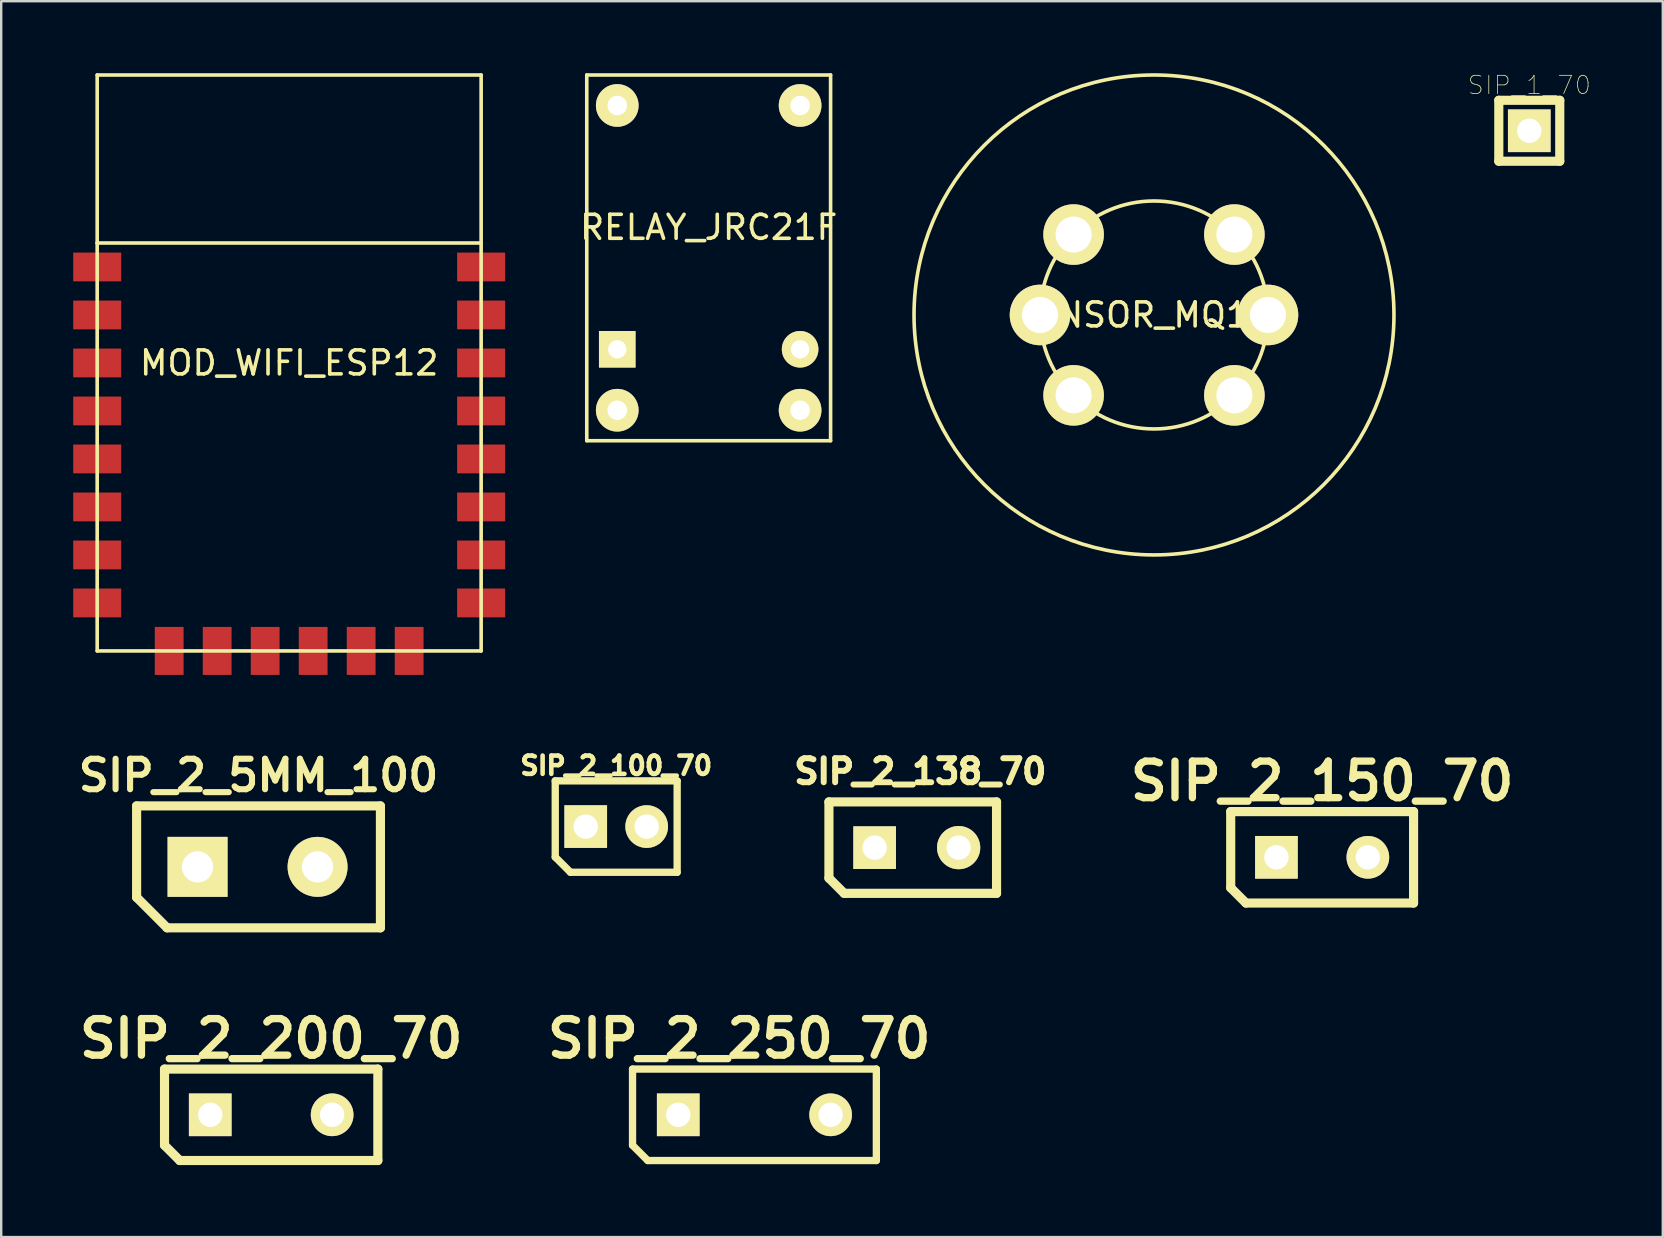
<source format=kicad_pcb>
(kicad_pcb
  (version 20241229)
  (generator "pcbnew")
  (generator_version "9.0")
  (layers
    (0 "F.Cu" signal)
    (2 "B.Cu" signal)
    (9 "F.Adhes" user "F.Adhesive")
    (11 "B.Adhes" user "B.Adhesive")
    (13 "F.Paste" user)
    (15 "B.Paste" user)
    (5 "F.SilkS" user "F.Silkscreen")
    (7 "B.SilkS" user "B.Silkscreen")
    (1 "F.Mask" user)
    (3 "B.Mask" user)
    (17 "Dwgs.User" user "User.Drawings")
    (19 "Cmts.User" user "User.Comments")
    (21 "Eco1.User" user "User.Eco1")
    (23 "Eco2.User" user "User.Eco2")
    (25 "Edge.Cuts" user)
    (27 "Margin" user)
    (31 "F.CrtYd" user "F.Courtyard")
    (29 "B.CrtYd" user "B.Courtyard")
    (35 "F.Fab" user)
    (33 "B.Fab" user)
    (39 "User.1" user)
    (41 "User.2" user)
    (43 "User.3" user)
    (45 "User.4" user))
  (footprint "SIP_1_70"
    (layer "F.Cu")
    (at 60.678 2.399)
    (property "Reference" "SIP_1_70" (at 0 -1.9 0) (layer "F.SilkS") (effects (font (size 0.762 0.762) (thickness 0.03))))
    (attr through_hole)
    (fp_line (start -1.27 -1.27) (end 1.27 -1.27) (stroke (width 0.381) (type solid)) (layer "F.SilkS"))
    (fp_line (start -1.27 1.27) (end -1.27 -1.27) (stroke (width 0.381) (type solid)) (layer "F.SilkS"))
    (fp_line (start -1.27 1.27) (end 1.27 1.27) (stroke (width 0.381) (type solid)) (layer "F.SilkS"))
    (fp_line (start 1.27 -1.27) (end 1.27 1.27) (stroke (width 0.381) (type solid)) (layer "F.SilkS"))
    (pad "1" thru_hole rect (at 0 0) (size 1.778 1.778) (drill 1.016) (layers "*.Cu" "*.Mask" "F.SilkS")))
  (footprint "MOD_WIFI_ESP12"
    (layer "F.Cu")
    (at 1 8.075)
    (property "Reference" "MOD_WIFI_ESP12" (at 8 4 0) (layer "F.SilkS") (effects (font (size 1 1) (thickness 0.15))))
    (attr through_hole)
    (fp_line (start 0 -8) (end 16 -8) (stroke (width 0.15) (type solid)) (layer "F.SilkS"))
    (fp_line (start 0 -1) (end 0 -8) (stroke (width 0.15) (type solid)) (layer "F.SilkS"))
    (fp_line (start 0 -1) (end 16 -1) (stroke (width 0.15) (type solid)) (layer "F.SilkS"))
    (fp_line (start 0 16) (end 0 -1) (stroke (width 0.15) (type solid)) (layer "F.SilkS"))
    (fp_line (start 16 -8) (end 16 -1) (stroke (width 0.15) (type solid)) (layer "F.SilkS"))
    (fp_line (start 16 -1) (end 16 16) (stroke (width 0.15) (type solid)) (layer "F.SilkS"))
    (fp_line (start 16 16) (end 0 16) (stroke (width 0.15) (type solid)) (layer "F.SilkS"))
    (pad "1" smd rect (at 0 0) (size 2 1.2) (layers "F.Cu" "F.Mask" "F.Paste"))
    (pad "2" smd rect (at 0 2) (size 2 1.2) (layers "F.Cu" "F.Mask" "F.Paste"))
    (pad "3" smd rect (at 0 4) (size 2 1.2) (layers "F.Cu" "F.Mask" "F.Paste"))
    (pad "4" smd rect (at 0 6) (size 2 1.2) (layers "F.Cu" "F.Mask" "F.Paste"))
    (pad "5" smd rect (at 0 8) (size 2 1.2) (layers "F.Cu" "F.Mask" "F.Paste"))
    (pad "6" smd rect (at 0 10) (size 2 1.2) (layers "F.Cu" "F.Mask" "F.Paste"))
    (pad "7" smd rect (at 0 12) (size 2 1.2) (layers "F.Cu" "F.Mask" "F.Paste"))
    (pad "8" smd rect (at 0 14) (size 2 1.2) (layers "F.Cu" "F.Mask" "F.Paste"))
    (pad "9" smd rect (at 3 16) (size 1.2 2) (layers "F.Cu" "F.Mask" "F.Paste"))
    (pad "10" smd rect (at 5 16) (size 1.2 2) (layers "F.Cu" "F.Mask" "F.Paste"))
    (pad "11" smd rect (at 7 16) (size 1.2 2) (layers "F.Cu" "F.Mask" "F.Paste"))
    (pad "12" smd rect (at 9 16) (size 1.2 2) (layers "F.Cu" "F.Mask" "F.Paste"))
    (pad "13" smd rect (at 11 16) (size 1.2 2) (layers "F.Cu" "F.Mask" "F.Paste"))
    (pad "14" smd rect (at 13 16) (size 1.2 2) (layers "F.Cu" "F.Mask" "F.Paste"))
    (pad "15" smd rect (at 16 14) (size 2 1.2) (layers "F.Cu" "F.Mask" "F.Paste"))
    (pad "16" smd rect (at 16 12) (size 2 1.2) (layers "F.Cu" "F.Mask" "F.Paste"))
    (pad "17" smd rect (at 16 10) (size 2 1.2) (layers "F.Cu" "F.Mask" "F.Paste"))
    (pad "18" smd rect (at 16 8) (size 2 1.2) (layers "F.Cu" "F.Mask" "F.Paste"))
    (pad "19" smd rect (at 16 6) (size 2 1.2) (layers "F.Cu" "F.Mask" "F.Paste"))
    (pad "20" smd rect (at 16 4) (size 2 1.2) (layers "F.Cu" "F.Mask" "F.Paste"))
    (pad "21" smd rect (at 16 2) (size 2 1.2) (layers "F.Cu" "F.Mask" "F.Paste"))
    (pad "22" smd rect (at 16 0) (size 2 1.2) (layers "F.Cu" "F.Mask" "F.Paste")))
  (footprint "SENSOR_MQ135"
    (layer "F.Cu")
    (at 45.039 10.075)
    (property "Reference" "SENSOR_MQ135" (at 0 0 0) (layer "F.SilkS") (effects (font (size 1 1) (thickness 0.15))))
    (attr through_hole)
    (fp_circle (center 0 0) (end 4.75 0) (stroke (width 0.15) (type solid)) (fill no) (layer "F.SilkS"))
    (fp_circle (center 0 0) (end 10 0) (stroke (width 0.15) (type solid)) (fill no) (layer "F.SilkS"))
    (pad "1" thru_hole circle (at -3.35 -3.35) (size 2.524 2.524) (drill 1.5) (layers "*.Cu" "*.Mask" "F.SilkS"))
    (pad "2" thru_hole circle (at -4.75 0) (size 2.524 2.524) (drill 1.5) (layers "*.Cu" "*.Mask" "F.SilkS"))
    (pad "3" thru_hole circle (at -3.35 3.35) (size 2.524 2.524) (drill 1.5) (layers "*.Cu" "*.Mask" "F.SilkS"))
    (pad "4" thru_hole circle (at 3.35 3.35) (size 2.524 2.524) (drill 1.5) (layers "*.Cu" "*.Mask" "F.SilkS"))
    (pad "5" thru_hole circle (at 4.75 0) (size 2.524 2.524) (drill 1.5) (layers "*.Cu" "*.Mask" "F.SilkS"))
    (pad "6" thru_hole circle (at 3.35 -3.35) (size 2.524 2.524) (drill 1.5) (layers "*.Cu" "*.Mask" "F.SilkS")))
  (footprint "SIP_2_100_70"
    (layer "F.Cu")
    (at 21.358 31.395)
    (property "Reference" "SIP_2_100_70" (at 1.27 -2.54 0) (layer "F.SilkS") (effects (font (size 0.762 0.762) (thickness 0.191))))
    (attr through_hole)
    (fp_line (start -1.27 -1.905) (end -1.27 1.27) (stroke (width 0.305) (type solid)) (layer "F.SilkS"))
    (fp_line (start -1.27 -1.905) (end 3.81 -1.905) (stroke (width 0.305) (type solid)) (layer "F.SilkS"))
    (fp_line (start -1.27 1.27) (end -0.635 1.905) (stroke (width 0.305) (type solid)) (layer "F.SilkS"))
    (fp_line (start -0.635 1.905) (end 3.81 1.905) (stroke (width 0.305) (type solid)) (layer "F.SilkS"))
    (fp_line (start 3.81 1.905) (end 3.81 -1.905) (stroke (width 0.305) (type solid)) (layer "F.SilkS"))
    (pad "1" thru_hole rect (at 0 0) (size 1.778 1.778) (drill 1.016) (layers "*.Cu" "*.Mask" "F.SilkS"))
    (pad "2" thru_hole circle (at 2.54 0) (size 1.778 1.778) (drill 1.016) (layers "*.Cu" "*.Mask" "F.SilkS")))
  (footprint "SIP_2_200_70"
    (layer "F.Cu")
    (at 5.711 43.406)
    (property "Reference" "SIP_2_200_70" (at 2.54 -3.175 0) (layer "F.SilkS") (effects (font (size 1.524 1.524) (thickness 0.305))))
    (attr through_hole)
    (fp_line (start -1.905 -1.905) (end -1.905 1.27) (stroke (width 0.381) (type solid)) (layer "F.SilkS"))
    (fp_line (start -1.905 1.27) (end -1.27 1.905) (stroke (width 0.381) (type solid)) (layer "F.SilkS"))
    (fp_line (start -1.27 1.905) (end 6.985 1.905) (stroke (width 0.381) (type solid)) (layer "F.SilkS"))
    (fp_line (start 6.985 -1.905) (end -1.905 -1.905) (stroke (width 0.381) (type solid)) (layer "F.SilkS"))
    (fp_line (start 6.985 1.905) (end 6.985 -1.905) (stroke (width 0.381) (type solid)) (layer "F.SilkS"))
    (pad "1" thru_hole rect (at 0 0) (size 1.778 1.778) (drill 1.016) (layers "*.Cu" "*.Mask" "F.SilkS"))
    (pad "2" thru_hole circle (at 5.08 0) (size 1.778 1.778) (drill 1.016) (layers "*.Cu" "*.Mask" "F.SilkS")))
  (footprint "SIP_2_250_70"
    (layer "F.Cu")
    (at 25.214 43.406)
    (property "Reference" "SIP_2_250_70" (at 2.54 -3.175 0) (layer "F.SilkS") (effects (font (size 1.524 1.524) (thickness 0.305))))
    (attr through_hole)
    (fp_line (start -1.905 -1.905) (end -1.905 1.27) (stroke (width 0.305) (type solid)) (layer "F.SilkS"))
    (fp_line (start -1.905 1.27) (end -1.27 1.905) (stroke (width 0.305) (type solid)) (layer "F.SilkS"))
    (fp_line (start -1.27 1.905) (end 8.255 1.905) (stroke (width 0.305) (type solid)) (layer "F.SilkS"))
    (fp_line (start 8.255 -1.905) (end -1.905 -1.905) (stroke (width 0.305) (type solid)) (layer "F.SilkS"))
    (fp_line (start 8.255 -1.905) (end 8.255 1.905) (stroke (width 0.305) (type solid)) (layer "F.SilkS"))
    (pad "1" thru_hole rect (at 0 0) (size 1.778 1.778) (drill 1.016) (layers "*.Cu" "*.Mask" "F.SilkS"))
    (pad "2" thru_hole circle (at 6.35 0) (size 1.778 1.778) (drill 1.016) (layers "*.Cu" "*.Mask" "F.SilkS")))
  (footprint "SIP_2_150_70"
    (layer "F.Cu")
    (at 50.141 32.676)
    (property "Reference" "SIP_2_150_70" (at 1.905 -3.175 0) (layer "F.SilkS") (effects (font (size 1.524 1.524) (thickness 0.305))))
    (attr through_hole)
    (fp_line (start -1.905 -1.905) (end -1.905 1.27) (stroke (width 0.381) (type solid)) (layer "F.SilkS"))
    (fp_line (start -1.905 1.27) (end -1.27 1.905) (stroke (width 0.381) (type solid)) (layer "F.SilkS"))
    (fp_line (start -1.27 1.905) (end 5.715 1.905) (stroke (width 0.381) (type solid)) (layer "F.SilkS"))
    (fp_line (start 5.715 -1.905) (end -1.905 -1.905) (stroke (width 0.381) (type solid)) (layer "F.SilkS"))
    (fp_line (start 5.715 1.905) (end 5.715 -1.905) (stroke (width 0.381) (type solid)) (layer "F.SilkS"))
    (pad "1" thru_hole rect (at 0 0) (size 1.778 1.778) (drill 1.016) (layers "*.Cu" "*.Mask" "F.SilkS"))
    (pad "2" thru_hole circle (at 3.81 0) (size 1.778 1.778) (drill 1.016) (layers "*.Cu" "*.Mask" "F.SilkS")))
  (footprint "RELAY_JRC21F"
    (layer "F.Cu")
    (at 22.672 11.505)
    (property "Reference" "RELAY_JRC21F" (at 3.81 -5.08 0) (layer "F.SilkS") (effects (font (size 1 1) (thickness 0.15))))
    (attr through_hole)
    (fp_line (start -1.27 -11.43) (end 8.89 -11.43) (stroke (width 0.15) (type solid)) (layer "F.SilkS"))
    (fp_line (start -1.27 3.81) (end -1.27 -11.43) (stroke (width 0.15) (type solid)) (layer "F.SilkS"))
    (fp_line (start 8.89 -11.43) (end 8.89 3.81) (stroke (width 0.15) (type solid)) (layer "F.SilkS"))
    (fp_line (start 8.89 3.81) (end -1.27 3.81) (stroke (width 0.15) (type solid)) (layer "F.SilkS"))
    (pad "1" thru_hole rect (at 0 0) (size 1.524 1.524) (drill 0.762) (layers "*.Cu" "*.Mask" "F.SilkS"))
    (pad "2" thru_hole circle (at 7.62 0) (size 1.524 1.524) (drill 0.762) (layers "*.Cu" "*.Mask" "F.SilkS"))
    (pad "3" thru_hole circle (at 0 -10.16) (size 1.778 1.778) (drill 0.813) (layers "*.Cu" "*.Mask" "F.SilkS"))
    (pad "3" thru_hole circle (at 7.62 -10.16) (size 1.778 1.778) (drill 0.813) (layers "*.Cu" "*.Mask" "F.SilkS"))
    (pad "4" thru_hole circle (at 0 2.54) (size 1.778 1.778) (drill 0.813) (layers "*.Cu" "*.Mask" "F.SilkS"))
    (pad "5" thru_hole circle (at 7.62 2.54) (size 1.778 1.778) (drill 0.813) (layers "*.Cu" "*.Mask" "F.SilkS")))
  (footprint "SIP_2_138_70"
    (layer "F.Cu")
    (at 33.398 32.272)
    (property "Reference" "SIP_2_138_70" (at 1.905 -3.175 0) (layer "F.SilkS") (effects (font (size 1.001 1.001) (thickness 0.249))))
    (attr through_hole)
    (fp_line (start -1.905 -1.905) (end -1.905 1.27) (stroke (width 0.381) (type solid)) (layer "F.SilkS"))
    (fp_line (start -1.905 1.27) (end -1.27 1.905) (stroke (width 0.381) (type solid)) (layer "F.SilkS"))
    (fp_line (start -1.27 1.905) (end 5.08 1.905) (stroke (width 0.381) (type solid)) (layer "F.SilkS"))
    (fp_line (start 5.08 -1.905) (end -1.905 -1.905) (stroke (width 0.381) (type solid)) (layer "F.SilkS"))
    (fp_line (start 5.08 1.905) (end 5.08 -1.905) (stroke (width 0.381) (type solid)) (layer "F.SilkS"))
    (pad "1" thru_hole rect (at 0 0) (size 1.778 1.778) (drill 1.016) (layers "*.Cu" "*.Mask" "F.SilkS"))
    (pad "2" thru_hole circle (at 3.5 0) (size 1.801 1.801) (drill 1.016) (layers "*.Cu" "*.Mask" "F.SilkS")))
  (footprint "SIP_2_5MM_100"
    (layer "F.Cu")
    (at 5.183 33.074)
    (property "Reference" "SIP_2_5MM_100" (at 2.54 -3.81 0) (layer "F.SilkS") (effects (font (size 1.27 1.27) (thickness 0.254))))
    (attr through_hole)
    (fp_line (start -2.54 -2.54) (end -2.54 1.27) (stroke (width 0.381) (type solid)) (layer "F.SilkS"))
    (fp_line (start -2.54 1.27) (end -1.27 2.54) (stroke (width 0.381) (type solid)) (layer "F.SilkS"))
    (fp_line (start -1.27 2.54) (end 7.62 2.54) (stroke (width 0.381) (type solid)) (layer "F.SilkS"))
    (fp_line (start 7.62 -2.54) (end -2.54 -2.54) (stroke (width 0.381) (type solid)) (layer "F.SilkS"))
    (fp_line (start 7.62 2.54) (end 7.62 -2.54) (stroke (width 0.381) (type solid)) (layer "F.SilkS"))
    (pad "1" thru_hole rect (at 0 0) (size 2.499 2.499) (drill 1.3) (layers "*.Cu" "*.Mask" "F.SilkS"))
    (pad "2" thru_hole circle (at 5.001 0) (size 2.499 2.499) (drill 1.3) (layers "*.Cu" "*.Mask" "F.SilkS")))
  (gr_rect
    (start -3 -3)
    (end 66.242 48.501)
    (stroke (width 0.1) (type default))
    (fill no)
    (layer "Edge.Cuts")))
</source>
